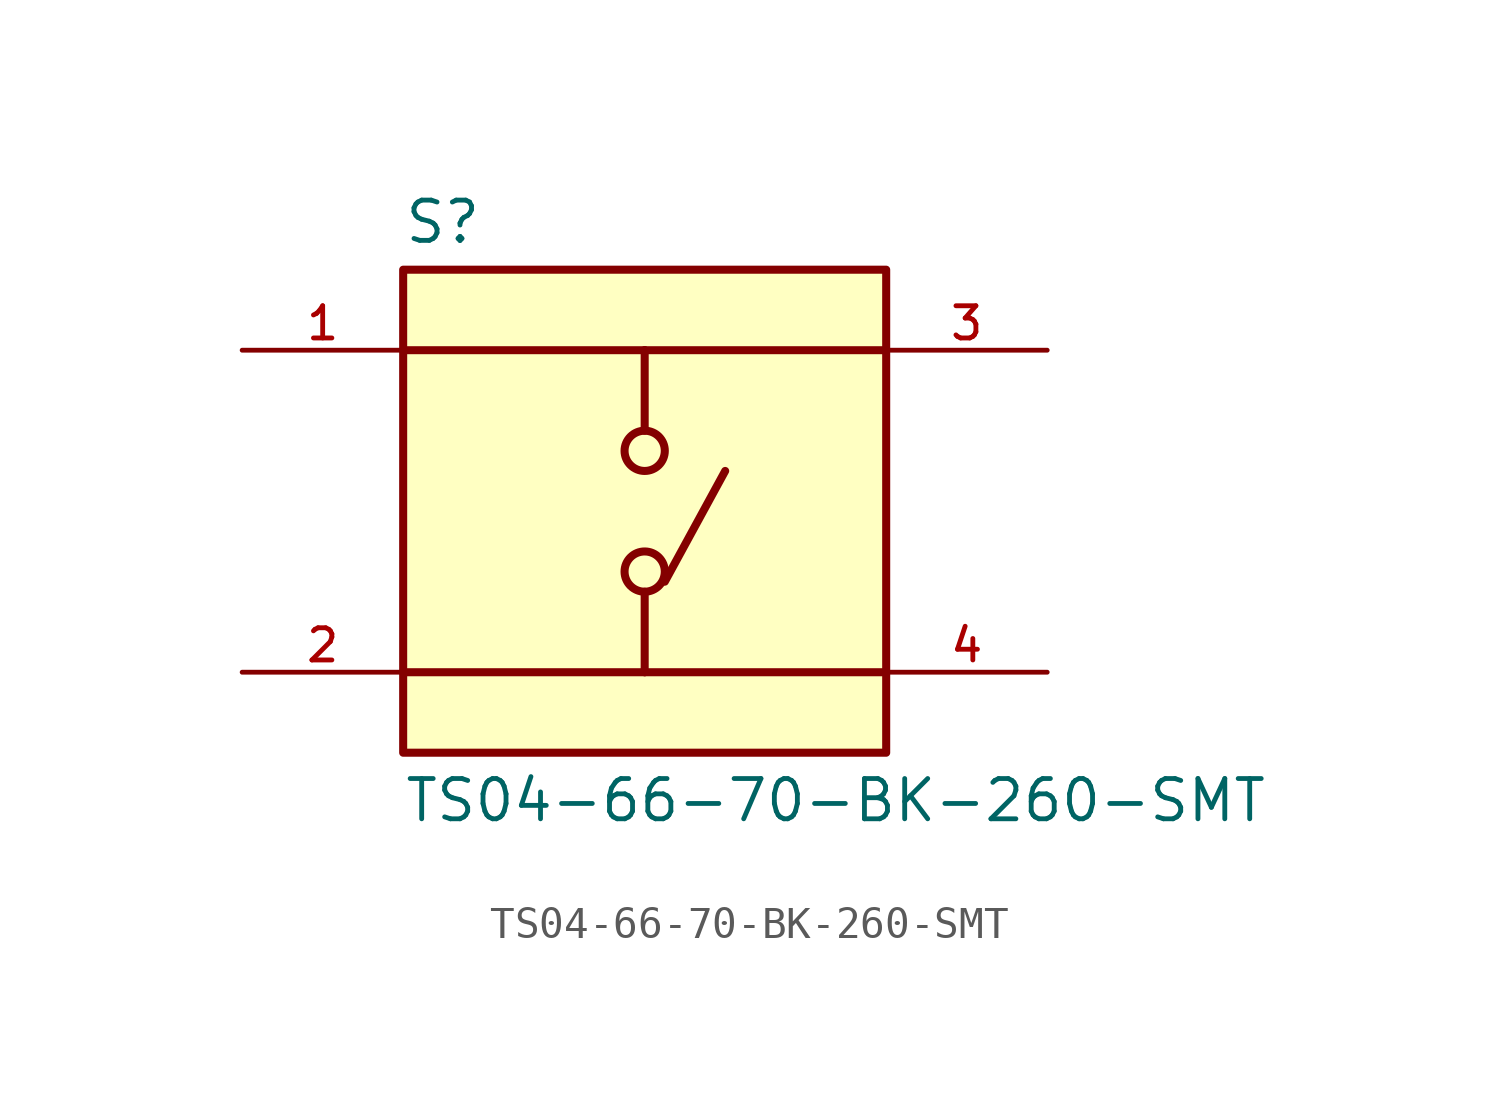
<source format=kicad_sym>
(kicad_symbol_lib
  (version 20211014)
  (generator kicad_symbol_editor)
  (symbol "TS04-66-70-BK-260-SMT"
    (pin_names
      (offset 1.016))
    (property "Reference" "S"
      (at -7.62 8.382 0)
      (effects (font (size 1.27 1.27)) (justify bottom left)))
    (property "Value" "TS04-66-70-BK-260-SMT"
      (at -7.62 -8.382 0)
      (effects (font (size 1.27 1.27)) (justify top left)))
    (symbol "TS04-66-70-BK-260-SMT_0_0"
      (polyline (pts (xy 0.0 5.08) (xy 0.0 2.54)) (stroke (width 0.254)))
      (polyline (pts (xy 0.0 -2.54) (xy 0.0 -5.08)) (stroke (width 0.254)))
      (polyline (pts (xy 0.0 5.08) (xy -7.62 5.08)) (stroke (width 0.254)))
      (polyline (pts (xy 0.0 5.08) (xy 7.62 5.08)) (stroke (width 0.254)))
      (polyline (pts (xy 0.0 -5.08) (xy -7.62 -5.08)) (stroke (width 0.254)))
      (polyline (pts (xy 0.0 -5.08) (xy 7.62 -5.08)) (stroke (width 0.254)))
      (circle (center 0.0 -1.905) (radius 0.635) (stroke (width 0.254)) (fill (type none)))
      (circle (center 0.0 1.905) (radius 0.635) (stroke (width 0.254)) (fill (type none)))
      (polyline (pts (xy 0.635 -2.223) (xy 2.54 1.27)) (stroke (width 0.254)))
      (rectangle (start -7.62 -7.62) (end 7.62 7.62) (stroke (width 0.254)) (fill (type background)))
      (pin passive line (at -12.7 5.08 0) (length 5.08) (name "~" (effects (font (size 1.016 1.016)))) (number "1" (effects (font (size 1.016 1.016)))))
      (pin passive line (at -12.7 -5.08 0) (length 5.08) (name "~" (effects (font (size 1.016 1.016)))) (number "2" (effects (font (size 1.016 1.016)))))
      (pin passive line (at 12.7 5.08 180.0) (length 5.08) (name "~" (effects (font (size 1.016 1.016)))) (number "3" (effects (font (size 1.016 1.016)))))
      (pin passive line (at 12.7 -5.08 180.0) (length 5.08) (name "~" (effects (font (size 1.016 1.016)))) (number "4" (effects (font (size 1.016 1.016))))))))
</source>
